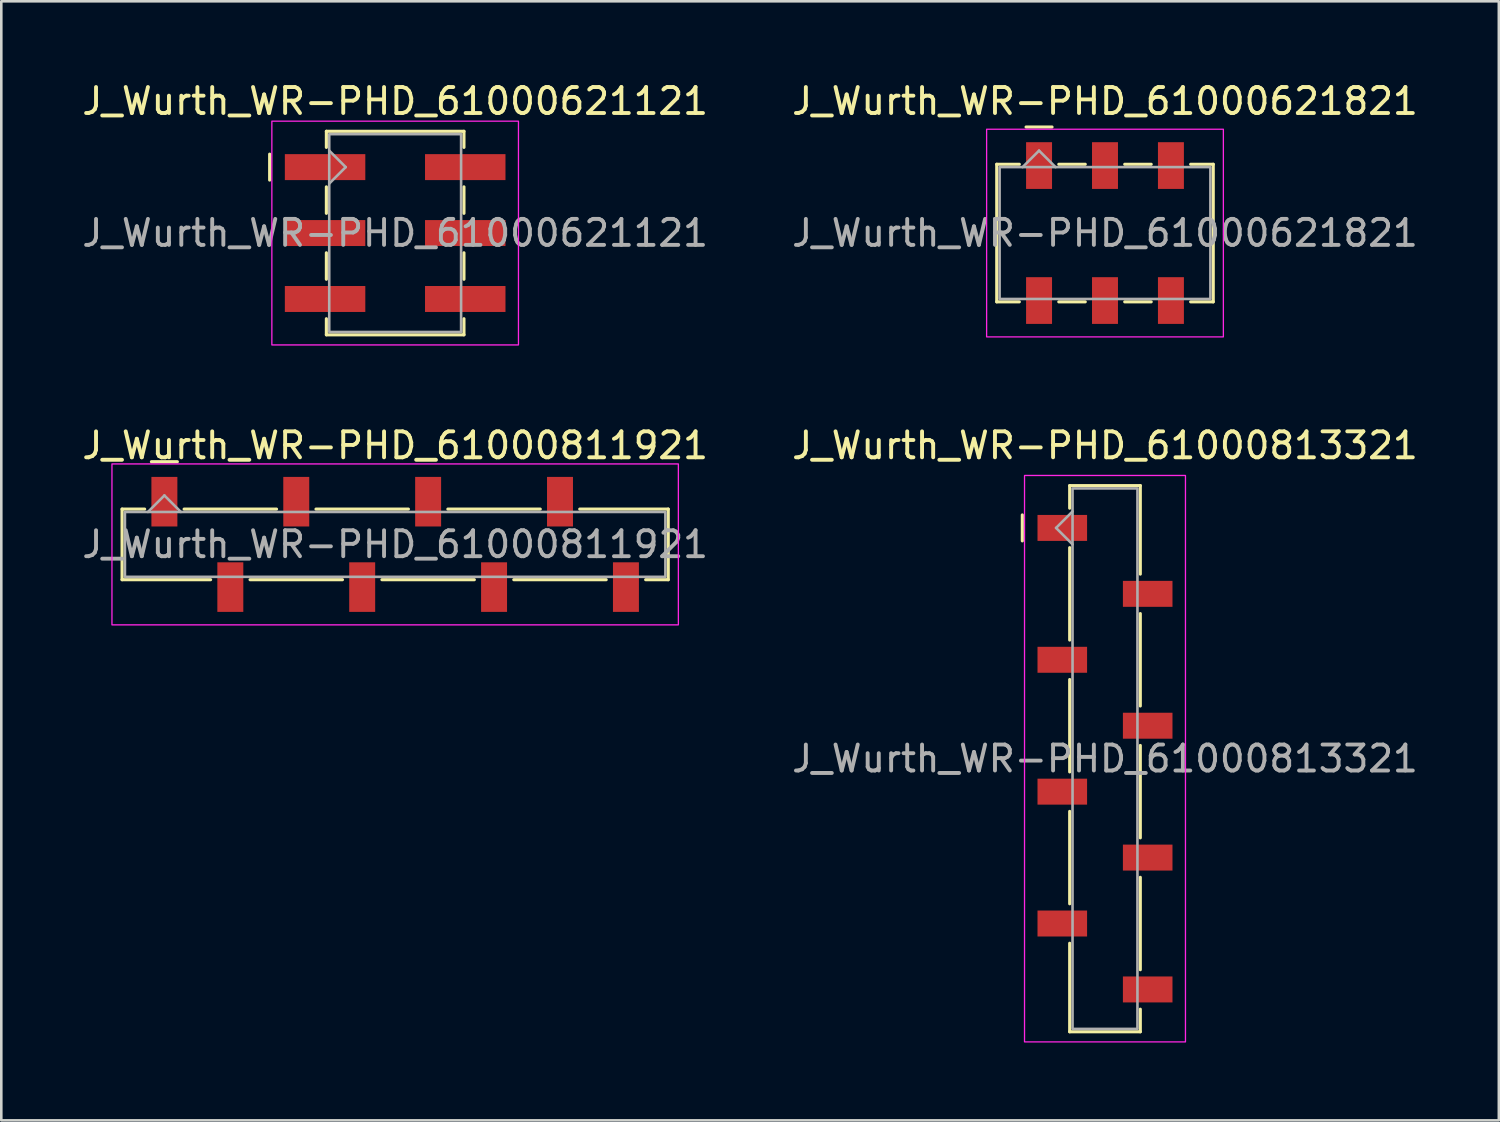
<source format=kicad_pcb>
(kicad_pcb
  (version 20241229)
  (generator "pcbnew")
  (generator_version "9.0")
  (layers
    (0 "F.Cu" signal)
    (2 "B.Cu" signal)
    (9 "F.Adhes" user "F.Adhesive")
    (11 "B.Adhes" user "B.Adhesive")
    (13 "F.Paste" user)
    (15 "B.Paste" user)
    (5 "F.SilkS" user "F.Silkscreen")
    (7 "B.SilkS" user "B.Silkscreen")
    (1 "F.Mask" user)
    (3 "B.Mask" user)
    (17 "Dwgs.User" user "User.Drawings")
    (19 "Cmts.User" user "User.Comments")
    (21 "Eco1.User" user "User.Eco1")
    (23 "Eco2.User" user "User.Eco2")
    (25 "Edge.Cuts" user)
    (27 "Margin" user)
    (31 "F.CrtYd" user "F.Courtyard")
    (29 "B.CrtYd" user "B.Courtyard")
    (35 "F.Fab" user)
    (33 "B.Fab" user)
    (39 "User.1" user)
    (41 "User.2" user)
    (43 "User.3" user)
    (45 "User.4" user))
  (footprint "J_Wurth_WR-PHD_61000811921"
    (layer "F.Cu")
    (at 12.173 17.922)
    (property "Reference" "J_Wurth_WR-PHD_61000811921" (at 0 -3.81 0) (unlocked yes) (layer "F.SilkS") (effects (font (size 1 1) (thickness 0.15))))
    (attr smd)
    (fp_line (start -10.52 -1.36) (end -10.52 1.36) (stroke (width 0.12) (type solid)) (layer "F.SilkS"))
    (fp_line (start -10.52 -1.36) (end -9.65 -1.36) (stroke (width 0.12) (type solid)) (layer "F.SilkS"))
    (fp_line (start -10.52 1.36) (end -7.11 1.36) (stroke (width 0.12) (type solid)) (layer "F.SilkS"))
    (fp_line (start -9.39 -3.185) (end -8.39 -3.185) (stroke (width 0.12) (type solid)) (layer "F.SilkS"))
    (fp_line (start -8.13 -1.36) (end -4.57 -1.36) (stroke (width 0.12) (type solid)) (layer "F.SilkS"))
    (fp_line (start -5.59 1.36) (end -2.03 1.36) (stroke (width 0.12) (type solid)) (layer "F.SilkS"))
    (fp_line (start -3.05 -1.36) (end 0.51 -1.36) (stroke (width 0.12) (type solid)) (layer "F.SilkS"))
    (fp_line (start -0.51 1.36) (end 3.05 1.36) (stroke (width 0.12) (type solid)) (layer "F.SilkS"))
    (fp_line (start 2.03 -1.36) (end 5.59 -1.36) (stroke (width 0.12) (type solid)) (layer "F.SilkS"))
    (fp_line (start 4.57 1.36) (end 8.13 1.36) (stroke (width 0.12) (type solid)) (layer "F.SilkS"))
    (fp_line (start 7.11 -1.36) (end 10.52 -1.36) (stroke (width 0.12) (type solid)) (layer "F.SilkS"))
    (fp_line (start 9.65 1.36) (end 10.52 1.36) (stroke (width 0.12) (type solid)) (layer "F.SilkS"))
    (fp_line (start 10.52 -1.36) (end 10.52 1.36) (stroke (width 0.12) (type solid)) (layer "F.SilkS"))
    (fp_rect (start -10.91 -3.1) (end 10.91 3.1) (stroke (width 0.05) (type solid)) (fill no) (layer "F.CrtYd"))
    (fp_line (start -9.525 -1.25) (end -8.89 -1.885) (stroke (width 0.1) (type default)) (layer "F.Fab"))
    (fp_line (start -8.89 -1.885) (end -8.255 -1.25) (stroke (width 0.1) (type default)) (layer "F.Fab"))
    (fp_rect (start -10.41 -1.25) (end 10.41 1.25) (stroke (width 0.1) (type solid)) (fill no) (layer "F.Fab"))
    (fp_text user "${REFERENCE}" (at 0 0 0) (unlocked yes) (layer "F.Fab") (effects (font (size 1 1) (thickness 0.15))))
    (pad "1" smd rect (at -8.89 -1.645) (size 1 1.91) (layers "F.Cu" "F.Mask" "F.Paste"))
    (pad "2" smd rect (at -6.35 1.645) (size 1 1.91) (layers "F.Cu" "F.Mask" "F.Paste"))
    (pad "3" smd rect (at -3.81 -1.645) (size 1 1.91) (layers "F.Cu" "F.Mask" "F.Paste"))
    (pad "4" smd rect (at -1.27 1.645) (size 1 1.91) (layers "F.Cu" "F.Mask" "F.Paste"))
    (pad "5" smd rect (at 1.27 -1.645) (size 1 1.91) (layers "F.Cu" "F.Mask" "F.Paste"))
    (pad "6" smd rect (at 3.81 1.645) (size 1 1.91) (layers "F.Cu" "F.Mask" "F.Paste"))
    (pad "7" smd rect (at 6.35 -1.645) (size 1 1.91) (layers "F.Cu" "F.Mask" "F.Paste"))
    (pad "8" smd rect (at 8.89 1.645) (size 1 1.91) (layers "F.Cu" "F.Mask" "F.Paste")))
  (footprint "J_Wurth_WR-PHD_61000621821"
    (layer "F.Cu")
    (at 39.518 5.928)
    (property "Reference" "J_Wurth_WR-PHD_61000621821" (at 0 -5.08 0) (unlocked yes) (layer "F.SilkS") (effects (font (size 1 1) (thickness 0.15))))
    (attr smd)
    (fp_line (start -4.17 -2.65) (end -4.17 2.65) (stroke (width 0.12) (type solid)) (layer "F.SilkS"))
    (fp_line (start -4.17 -2.65) (end -3.3 -2.65) (stroke (width 0.12) (type solid)) (layer "F.SilkS"))
    (fp_line (start -4.17 2.65) (end -3.3 2.65) (stroke (width 0.12) (type solid)) (layer "F.SilkS"))
    (fp_line (start -3.04 -4.085) (end -2.04 -4.085) (stroke (width 0.12) (type solid)) (layer "F.SilkS"))
    (fp_line (start -1.78 -2.65) (end -0.76 -2.65) (stroke (width 0.12) (type solid)) (layer "F.SilkS"))
    (fp_line (start -1.78 2.65) (end -0.76 2.65) (stroke (width 0.12) (type solid)) (layer "F.SilkS"))
    (fp_line (start 0.76 -2.65) (end 1.78 -2.65) (stroke (width 0.12) (type solid)) (layer "F.SilkS"))
    (fp_line (start 0.76 2.65) (end 1.78 2.65) (stroke (width 0.12) (type solid)) (layer "F.SilkS"))
    (fp_line (start 3.3 -2.65) (end 4.17 -2.65) (stroke (width 0.12) (type solid)) (layer "F.SilkS"))
    (fp_line (start 3.3 2.65) (end 4.17 2.65) (stroke (width 0.12) (type solid)) (layer "F.SilkS"))
    (fp_line (start 4.17 -2.65) (end 4.17 2.65) (stroke (width 0.12) (type solid)) (layer "F.SilkS"))
    (fp_rect (start -4.56 -4) (end 4.56 4) (stroke (width 0.05) (type solid)) (fill no) (layer "F.CrtYd"))
    (fp_line (start -3.175 -2.54) (end -2.54 -3.175) (stroke (width 0.1) (type default)) (layer "F.Fab"))
    (fp_line (start -2.54 -3.175) (end -1.905 -2.54) (stroke (width 0.1) (type default)) (layer "F.Fab"))
    (fp_rect (start -4.06 -2.54) (end 4.06 2.54) (stroke (width 0.1) (type solid)) (fill no) (layer "F.Fab"))
    (fp_text user "${REFERENCE}" (at 0 0 0) (unlocked yes) (layer "F.Fab") (effects (font (size 1 1) (thickness 0.15))))
    (pad "1" smd rect (at -2.54 -2.6) (size 1 1.8) (layers "F.Cu" "F.Mask" "F.Paste"))
    (pad "2" smd rect (at -2.54 2.6) (size 1 1.8) (layers "F.Cu" "F.Mask" "F.Paste"))
    (pad "3" smd rect (at 0 -2.6) (size 1 1.8) (layers "F.Cu" "F.Mask" "F.Paste"))
    (pad "4" smd rect (at 0 2.6) (size 1 1.8) (layers "F.Cu" "F.Mask" "F.Paste"))
    (pad "5" smd rect (at 2.54 -2.6) (size 1 1.8) (layers "F.Cu" "F.Mask" "F.Paste"))
    (pad "6" smd rect (at 2.54 2.6) (size 1 1.8) (layers "F.Cu" "F.Mask" "F.Paste")))
  (footprint "J_Wurth_WR-PHD_61000813321"
    (layer "F.Cu")
    (at 39.518 26.177)
    (property "Reference" "J_Wurth_WR-PHD_61000813321" (at 0 -12.065 0) (unlocked yes) (layer "F.SilkS") (effects (font (size 1 1) (thickness 0.15))))
    (attr smd)
    (fp_line (start -3.185 -9.39) (end -3.185 -8.39) (stroke (width 0.12) (type solid)) (layer "F.SilkS"))
    (fp_line (start -1.36 -10.52) (end -1.36 -9.65) (stroke (width 0.12) (type solid)) (layer "F.SilkS"))
    (fp_line (start -1.36 -10.52) (end 1.36 -10.52) (stroke (width 0.12) (type solid)) (layer "F.SilkS"))
    (fp_line (start -1.36 -8.13) (end -1.36 -4.57) (stroke (width 0.12) (type solid)) (layer "F.SilkS"))
    (fp_line (start -1.36 -3.05) (end -1.36 0.51) (stroke (width 0.12) (type solid)) (layer "F.SilkS"))
    (fp_line (start -1.36 2.03) (end -1.36 5.59) (stroke (width 0.12) (type solid)) (layer "F.SilkS"))
    (fp_line (start -1.36 7.11) (end -1.36 10.52) (stroke (width 0.12) (type solid)) (layer "F.SilkS"))
    (fp_line (start -1.36 10.52) (end 1.36 10.52) (stroke (width 0.12) (type solid)) (layer "F.SilkS"))
    (fp_line (start 1.36 -10.52) (end 1.36 -7.11) (stroke (width 0.12) (type solid)) (layer "F.SilkS"))
    (fp_line (start 1.36 -5.59) (end 1.36 -2.03) (stroke (width 0.12) (type solid)) (layer "F.SilkS"))
    (fp_line (start 1.36 -0.51) (end 1.36 3.05) (stroke (width 0.12) (type solid)) (layer "F.SilkS"))
    (fp_line (start 1.36 4.57) (end 1.36 8.13) (stroke (width 0.12) (type solid)) (layer "F.SilkS"))
    (fp_line (start 1.36 9.65) (end 1.36 10.52) (stroke (width 0.12) (type solid)) (layer "F.SilkS"))
    (fp_rect (start -3.1 -10.91) (end 3.1 10.91) (stroke (width 0.05) (type solid)) (fill no) (layer "F.CrtYd"))
    (fp_line (start -1.885 -8.89) (end -1.25 -8.255) (stroke (width 0.1) (type default)) (layer "F.Fab"))
    (fp_line (start -1.25 -9.525) (end -1.885 -8.89) (stroke (width 0.1) (type default)) (layer "F.Fab"))
    (fp_rect (start -1.25 -10.41) (end 1.25 10.41) (stroke (width 0.1) (type solid)) (fill no) (layer "F.Fab"))
    (fp_text user "${REFERENCE}" (at 0 0 0) (unlocked yes) (layer "F.Fab") (effects (font (size 1 1) (thickness 0.15))))
    (pad "1" smd rect (at -1.645 -8.89 270) (size 1 1.91) (layers "F.Cu" "F.Mask" "F.Paste"))
    (pad "2" smd rect (at 1.645 -6.35 270) (size 1 1.91) (layers "F.Cu" "F.Mask" "F.Paste"))
    (pad "3" smd rect (at -1.645 -3.81 270) (size 1 1.91) (layers "F.Cu" "F.Mask" "F.Paste"))
    (pad "4" smd rect (at 1.645 -1.27 270) (size 1 1.91) (layers "F.Cu" "F.Mask" "F.Paste"))
    (pad "5" smd rect (at -1.645 1.27 270) (size 1 1.91) (layers "F.Cu" "F.Mask" "F.Paste"))
    (pad "6" smd rect (at 1.645 3.81 270) (size 1 1.91) (layers "F.Cu" "F.Mask" "F.Paste"))
    (pad "7" smd rect (at -1.645 6.35 270) (size 1 1.91) (layers "F.Cu" "F.Mask" "F.Paste"))
    (pad "8" smd rect (at 1.645 8.89 270) (size 1 1.91) (layers "F.Cu" "F.Mask" "F.Paste")))
  (footprint "J_Wurth_WR-PHD_61000621121"
    (layer "F.Cu")
    (at 12.173 5.928)
    (property "Reference" "J_Wurth_WR-PHD_61000621121" (at 0 -5.08 0) (unlocked yes) (layer "F.SilkS") (effects (font (size 1 1) (thickness 0.15))))
    (attr smd)
    (fp_line (start -4.835 -3.04) (end -4.835 -2.04) (stroke (width 0.12) (type solid)) (layer "F.SilkS"))
    (fp_line (start -2.65 -3.3) (end -2.65 -3.92) (stroke (width 0.12) (type solid)) (layer "F.SilkS"))
    (fp_line (start -2.65 -1.78) (end -2.65 -0.76) (stroke (width 0.12) (type solid)) (layer "F.SilkS"))
    (fp_line (start -2.65 0.76) (end -2.65 1.78) (stroke (width 0.12) (type solid)) (layer "F.SilkS"))
    (fp_line (start -2.65 3.3) (end -2.65 3.92) (stroke (width 0.12) (type solid)) (layer "F.SilkS"))
    (fp_line (start 2.65 -3.92) (end -2.65 -3.92) (stroke (width 0.12) (type solid)) (layer "F.SilkS"))
    (fp_line (start 2.65 -3.92) (end 2.65 -3.3) (stroke (width 0.12) (type solid)) (layer "F.SilkS"))
    (fp_line (start 2.65 -1.78) (end 2.65 -0.76) (stroke (width 0.12) (type solid)) (layer "F.SilkS"))
    (fp_line (start 2.65 0.76) (end 2.65 1.78) (stroke (width 0.12) (type solid)) (layer "F.SilkS"))
    (fp_line (start 2.65 3.3) (end 2.65 3.92) (stroke (width 0.12) (type solid)) (layer "F.SilkS"))
    (fp_line (start 2.65 3.92) (end -2.65 3.92) (stroke (width 0.12) (type solid)) (layer "F.SilkS"))
    (fp_rect (start -4.75 -4.31) (end 4.75 4.31) (stroke (width 0.05) (type solid)) (fill no) (layer "F.CrtYd"))
    (fp_line (start -2.54 -3.175) (end -1.905 -2.54) (stroke (width 0.1) (type default)) (layer "F.Fab"))
    (fp_line (start -1.905 -2.54) (end -2.54 -1.905) (stroke (width 0.1) (type default)) (layer "F.Fab"))
    (fp_rect (start -2.54 -3.81) (end 2.54 3.81) (stroke (width 0.1) (type solid)) (fill no) (layer "F.Fab"))
    (fp_text user "${REFERENCE}" (at 0 0 0) (unlocked yes) (layer "F.Fab") (effects (font (size 1 1) (thickness 0.15))))
    (pad "1" smd rect (at -2.7 -2.54 270) (size 1 3.1) (layers "F.Cu" "F.Mask" "F.Paste"))
    (pad "2" smd rect (at 2.7 -2.54 270) (size 1 3.1) (layers "F.Cu" "F.Mask" "F.Paste"))
    (pad "3" smd rect (at -2.7 0 270) (size 1 3.1) (layers "F.Cu" "F.Mask" "F.Paste"))
    (pad "4" smd rect (at 2.7 0 270) (size 1 3.1) (layers "F.Cu" "F.Mask" "F.Paste"))
    (pad "5" smd rect (at -2.7 2.54 270) (size 1 3.1) (layers "F.Cu" "F.Mask" "F.Paste"))
    (pad "6" smd rect (at 2.7 2.54 270) (size 1 3.1) (layers "F.Cu" "F.Mask" "F.Paste")))
  (gr_rect
    (start -3 -3)
    (end 54.69 40.111)
    (stroke (width 0.1) (type default))
    (fill no)
    (layer "Edge.Cuts")))
</source>
